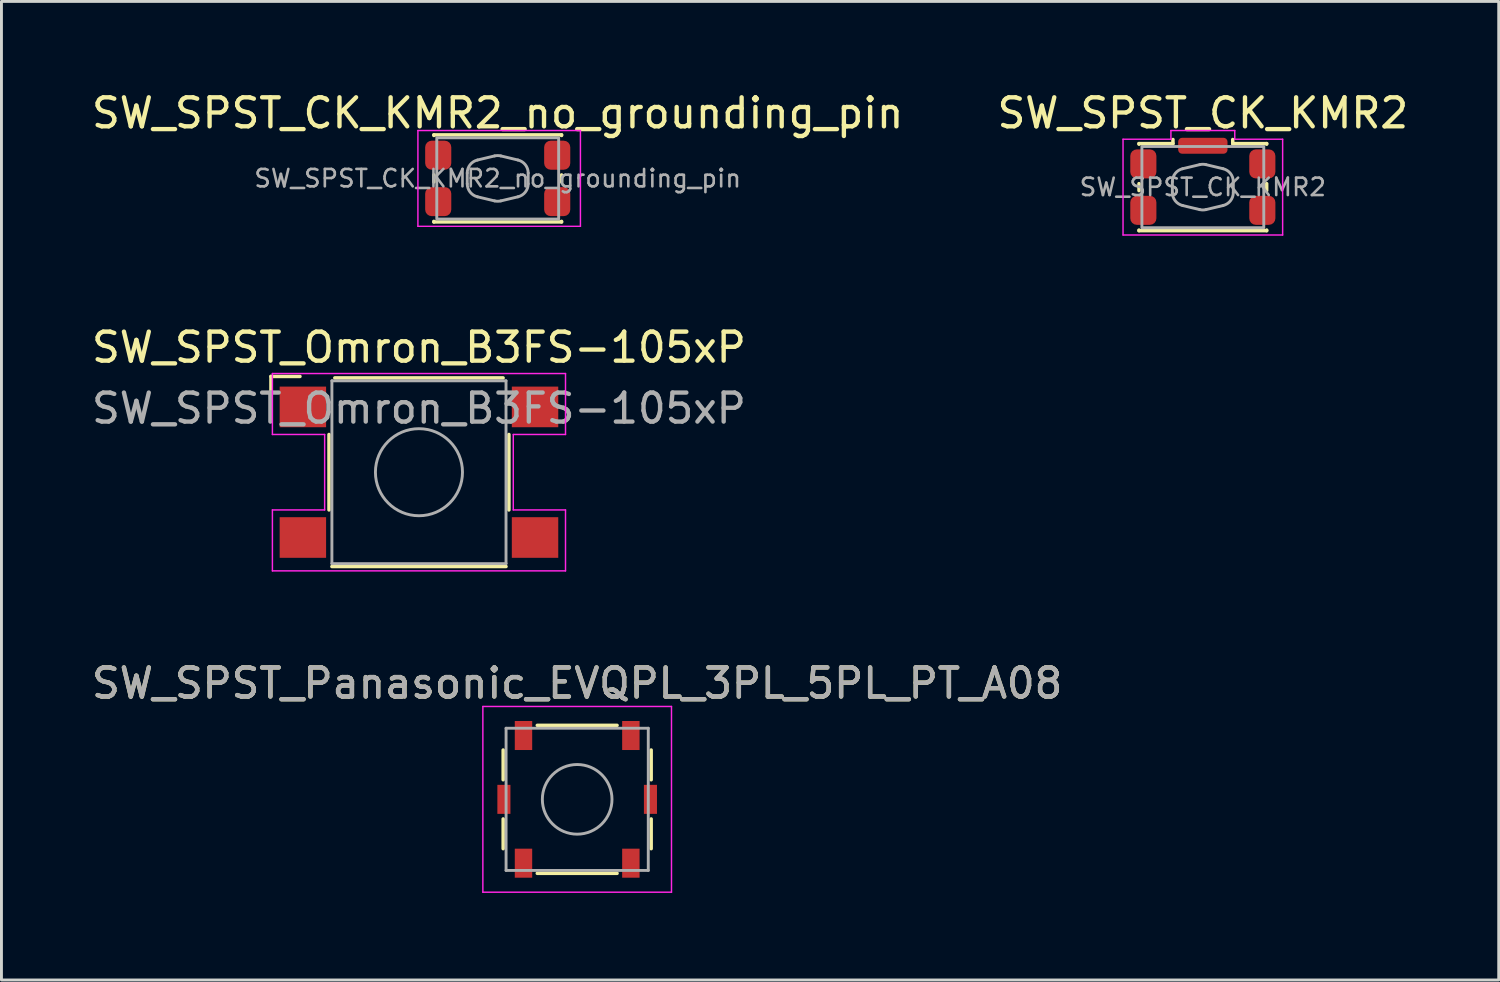
<source format=kicad_pcb>
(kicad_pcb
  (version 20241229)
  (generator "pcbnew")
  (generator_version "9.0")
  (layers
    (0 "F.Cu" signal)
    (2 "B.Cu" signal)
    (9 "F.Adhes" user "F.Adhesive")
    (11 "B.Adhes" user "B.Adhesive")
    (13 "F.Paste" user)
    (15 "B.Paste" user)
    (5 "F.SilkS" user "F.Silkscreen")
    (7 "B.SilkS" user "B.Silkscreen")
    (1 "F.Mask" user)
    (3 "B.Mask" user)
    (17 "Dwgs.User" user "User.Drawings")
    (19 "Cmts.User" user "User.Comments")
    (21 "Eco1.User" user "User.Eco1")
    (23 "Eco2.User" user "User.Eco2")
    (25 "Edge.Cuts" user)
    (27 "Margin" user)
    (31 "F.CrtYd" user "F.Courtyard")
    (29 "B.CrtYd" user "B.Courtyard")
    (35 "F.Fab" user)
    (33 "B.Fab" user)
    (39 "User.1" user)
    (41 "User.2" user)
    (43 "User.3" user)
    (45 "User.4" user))
  (footprint "SW_SPST_CK_KMR2_no_grounding_pin"
    (layer "F.Cu")
    (at 14.101 3.098)
    (property "Reference" "SW_SPST_CK_KMR2_no_grounding_pin" (at 0 -2.25 0) (unlocked yes) (layer "F.SilkS") (effects (font (size 1 1) (thickness 0.15))))
    (attr smd)
    (fp_line (start -2.2 -1.5) (end -2.2 -1.48) (stroke (width 0.12) (type solid)) (layer "F.SilkS"))
    (fp_line (start -2.2 -0.12) (end -2.2 0.12) (stroke (width 0.12) (type solid)) (layer "F.SilkS"))
    (fp_line (start -2.2 1.5) (end -2.2 1.48) (stroke (width 0.12) (type solid)) (layer "F.SilkS"))
    (fp_line (start -2.2 1.5) (end 2.2 1.5) (stroke (width 0.12) (type solid)) (layer "F.SilkS"))
    (fp_line (start 2.2 -1.5) (end -2.2 -1.5) (stroke (width 0.12) (type solid)) (layer "F.SilkS"))
    (fp_line (start 2.2 -1.5) (end 2.2 -1.48) (stroke (width 0.12) (type solid)) (layer "F.SilkS"))
    (fp_line (start 2.2 0.12) (end 2.2 -0.12) (stroke (width 0.12) (type solid)) (layer "F.SilkS"))
    (fp_line (start 2.2 1.48) (end 2.2 1.5) (stroke (width 0.12) (type solid)) (layer "F.SilkS"))
    (fp_line (start -2.75 -1.65) (end 2.85 -1.65) (stroke (width 0.05) (type solid)) (layer "F.CrtYd"))
    (fp_line (start -2.75 1.65) (end -2.75 -1.65) (stroke (width 0.05) (type solid)) (layer "F.CrtYd"))
    (fp_line (start 2.85 -1.65) (end 2.85 1.65) (stroke (width 0.05) (type solid)) (layer "F.CrtYd"))
    (fp_line (start 2.85 1.65) (end -2.75 1.65) (stroke (width 0.05) (type solid)) (layer "F.CrtYd"))
    (fp_line (start -1.05 -0.187) (end -1.05 0.187) (stroke (width 0.1) (type default)) (layer "F.Fab"))
    (fp_line (start -0.697 0.634) (end -0.107 0.775) (stroke (width 0.1) (type default)) (layer "F.Fab"))
    (fp_line (start -0.107 -0.775) (end -0.697 -0.634) (stroke (width 0.1) (type default)) (layer "F.Fab"))
    (fp_line (start 0.107 0.775) (end 0.697 0.634) (stroke (width 0.1) (type default)) (layer "F.Fab"))
    (fp_line (start 0.697 -0.634) (end 0.107 -0.775) (stroke (width 0.1) (type default)) (layer "F.Fab"))
    (fp_line (start 1.05 0.187) (end 1.05 -0.187) (stroke (width 0.1) (type default)) (layer "F.Fab"))
    (fp_rect (start -2.1 -1.4) (end 2.1 1.4) (stroke (width 0.1) (type default)) (fill no) (layer "F.Fab"))
    (fp_arc (start -1.05 -0.186665) (mid -0.950978 -0.471787) (end -0.696545 -0.634156) (stroke (width 0.1) (type default)) (layer "F.Fab"))
    (fp_arc (start -0.696545 0.634156) (mid -0.950978 0.471787) (end -1.05 0.186665) (stroke (width 0.1) (type default)) (layer "F.Fab"))
    (fp_arc (start -0.106545 -0.774632) (mid 0 -0.787141) (end 0.106545 -0.774632) (stroke (width 0.1) (type default)) (layer "F.Fab"))
    (fp_arc (start 0.106545 0.774632) (mid 0 0.787141) (end -0.106545 0.774632) (stroke (width 0.1) (type default)) (layer "F.Fab"))
    (fp_arc (start 0.696545 -0.634156) (mid 0.950978 -0.471787) (end 1.05 -0.186665) (stroke (width 0.1) (type default)) (layer "F.Fab"))
    (fp_arc (start 1.05 0.186665) (mid 0.950976 0.471785) (end 0.696545 0.634156) (stroke (width 0.1) (type default)) (layer "F.Fab"))
    (fp_text user "${REFERENCE}" (at 0 0 0) (layer "F.Fab") (effects (font (size 0.6 0.6) (thickness 0.09))))
    (pad "1" smd roundrect (at -2.05 -0.8) (size 0.9 1) (layers "F.Cu" "F.Mask" "F.Paste") (roundrect_rratio 0.25))
    (pad "1" smd roundrect (at 2.05 -0.8) (size 0.9 1) (layers "F.Cu" "F.Mask" "F.Paste") (roundrect_rratio 0.25))
    (pad "2" smd roundrect (at -2.05 0.8) (size 0.9 1) (layers "F.Cu" "F.Mask" "F.Paste") (roundrect_rratio 0.25))
    (pad "2" smd roundrect (at 2.05 0.8) (size 0.9 1) (layers "F.Cu" "F.Mask" "F.Paste") (roundrect_rratio 0.25)))
  (footprint "SW_SPST_Omron_B3FS-105xP"
    (layer "F.Cu")
    (at 11.387 13.222)
    (property "Reference" "SW_SPST_Omron_B3FS-105xP" (at 0 -4.3 0) (layer "F.SilkS") (effects (font (size 1 1) (thickness 0.15))))
    (attr smd)
    (fp_line (start -5.1 -3.3) (end -4.1 -3.3) (stroke (width 0.12) (type solid)) (layer "F.SilkS"))
    (fp_line (start -5.1 -2.3) (end -5.1 -3.3) (stroke (width 0.12) (type solid)) (layer "F.SilkS"))
    (fp_line (start -3.1 -1.3) (end -3.1 1.3) (stroke (width 0.12) (type solid)) (layer "F.SilkS"))
    (fp_line (start 2.9 -3.25) (end -2.9 -3.25) (stroke (width 0.12) (type solid)) (layer "F.SilkS"))
    (fp_line (start 3 3.25) (end -3 3.25) (stroke (width 0.12) (type solid)) (layer "F.SilkS"))
    (fp_line (start 3.1 -1.3) (end 3.1 1.3) (stroke (width 0.12) (type solid)) (layer "F.SilkS"))
    (fp_line (start -5.05 -3.4) (end 5.05 -3.4) (stroke (width 0.05) (type solid)) (layer "F.CrtYd"))
    (fp_line (start -5.05 -1.3) (end -5.05 -3.4) (stroke (width 0.05) (type solid)) (layer "F.CrtYd"))
    (fp_line (start -5.05 1.3) (end -3.25 1.3) (stroke (width 0.05) (type solid)) (layer "F.CrtYd"))
    (fp_line (start -5.05 3.4) (end -5.05 1.3) (stroke (width 0.05) (type solid)) (layer "F.CrtYd"))
    (fp_line (start -3.25 -1.3) (end -5.05 -1.3) (stroke (width 0.05) (type solid)) (layer "F.CrtYd"))
    (fp_line (start -3.25 1.3) (end -3.25 -1.3) (stroke (width 0.05) (type solid)) (layer "F.CrtYd"))
    (fp_line (start 3.25 -1.3) (end 3.25 1.3) (stroke (width 0.05) (type solid)) (layer "F.CrtYd"))
    (fp_line (start 3.25 1.3) (end 5.05 1.3) (stroke (width 0.05) (type solid)) (layer "F.CrtYd"))
    (fp_line (start 5.05 -3.4) (end 5.05 -1.3) (stroke (width 0.05) (type solid)) (layer "F.CrtYd"))
    (fp_line (start 5.05 -1.3) (end 3.25 -1.3) (stroke (width 0.05) (type solid)) (layer "F.CrtYd"))
    (fp_line (start 5.05 1.3) (end 5.05 3.4) (stroke (width 0.05) (type solid)) (layer "F.CrtYd"))
    (fp_line (start 5.05 3.4) (end -5.05 3.4) (stroke (width 0.05) (type solid)) (layer "F.CrtYd"))
    (fp_line (start -3 -3.15) (end 3 -3.15) (stroke (width 0.1) (type solid)) (layer "F.Fab"))
    (fp_line (start -3 3.15) (end -3 -3.15) (stroke (width 0.1) (type solid)) (layer "F.Fab"))
    (fp_line (start 3 -3.15) (end 3 3.15) (stroke (width 0.1) (type solid)) (layer "F.Fab"))
    (fp_line (start 3 3.15) (end -3 3.15) (stroke (width 0.1) (type solid)) (layer "F.Fab"))
    (fp_circle (center 0 0) (end 1.5 0) (stroke (width 0.1) (type solid)) (fill no) (layer "F.Fab"))
    (fp_text user "${REFERENCE}" (at 0 -2.2 0) (layer "F.Fab") (effects (font (size 1 1) (thickness 0.15))))
    (pad "1" smd rect (at -4 -2.25 180) (size 1.6 1.4) (layers "F.Cu" "F.Mask" "F.Paste"))
    (pad "1" smd rect (at 4 -2.25 180) (size 1.6 1.4) (layers "F.Cu" "F.Mask" "F.Paste"))
    (pad "2" smd rect (at -4 2.25 180) (size 1.6 1.4) (layers "F.Cu" "F.Mask" "F.Paste"))
    (pad "2" smd rect (at 4 2.25 180) (size 1.6 1.4) (layers "F.Cu" "F.Mask" "F.Paste")))
  (footprint "SW_SPST_CK_KMR2"
    (layer "F.Cu")
    (at 38.399 3.398)
    (property "Reference" "SW_SPST_CK_KMR2" (at 0 -2.55 0) (unlocked yes) (layer "F.SilkS") (effects (font (size 1 1) (thickness 0.15))))
    (attr smd)
    (fp_line (start -2.2 -1.5) (end -2.2 -1.48) (stroke (width 0.12) (type solid)) (layer "F.SilkS"))
    (fp_line (start -2.2 -0.12) (end -2.2 0.12) (stroke (width 0.12) (type solid)) (layer "F.SilkS"))
    (fp_line (start -2.2 1.5) (end -2.2 1.48) (stroke (width 0.12) (type solid)) (layer "F.SilkS"))
    (fp_line (start -2.2 1.5) (end 2.2 1.5) (stroke (width 0.12) (type solid)) (layer "F.SilkS"))
    (fp_line (start -1.03 -1.5) (end -2.2 -1.5) (stroke (width 0.12) (type solid)) (layer "F.SilkS"))
    (fp_line (start -1.03 -1.5) (end -1.03 -1.64) (stroke (width 0.12) (type solid)) (layer "F.SilkS"))
    (fp_line (start 1.03 -1.5) (end 1.03 -1.64) (stroke (width 0.12) (type solid)) (layer "F.SilkS"))
    (fp_line (start 2.2 -1.5) (end 1.03 -1.5) (stroke (width 0.12) (type solid)) (layer "F.SilkS"))
    (fp_line (start 2.2 -1.5) (end 2.2 -1.48) (stroke (width 0.12) (type solid)) (layer "F.SilkS"))
    (fp_line (start 2.2 0.12) (end 2.2 -0.12) (stroke (width 0.12) (type solid)) (layer "F.SilkS"))
    (fp_line (start 2.2 1.48) (end 2.2 1.5) (stroke (width 0.12) (type solid)) (layer "F.SilkS"))
    (fp_line (start -2.75 1.65) (end -2.75 -1.65) (stroke (width 0.05) (type solid)) (layer "F.CrtYd"))
    (fp_line (start -1.1 -1.95) (end -1.1 -1.65) (stroke (width 0.05) (type default)) (layer "F.CrtYd"))
    (fp_line (start -1.1 -1.95) (end 1.1 -1.95) (stroke (width 0.05) (type solid)) (layer "F.CrtYd"))
    (fp_line (start -1.1 -1.65) (end -2.75 -1.65) (stroke (width 0.05) (type default)) (layer "F.CrtYd"))
    (fp_line (start 1.1 -1.65) (end 1.1 -1.95) (stroke (width 0.05) (type default)) (layer "F.CrtYd"))
    (fp_line (start 2.75 -1.65) (end 1.1 -1.65) (stroke (width 0.05) (type default)) (layer "F.CrtYd"))
    (fp_line (start 2.75 -1.65) (end 2.75 1.65) (stroke (width 0.05) (type solid)) (layer "F.CrtYd"))
    (fp_line (start 2.75 1.65) (end -2.75 1.65) (stroke (width 0.05) (type solid)) (layer "F.CrtYd"))
    (fp_line (start -1.05 -0.187) (end -1.05 0.187) (stroke (width 0.1) (type default)) (layer "F.Fab"))
    (fp_line (start -0.697 0.634) (end -0.107 0.775) (stroke (width 0.1) (type default)) (layer "F.Fab"))
    (fp_line (start -0.107 -0.775) (end -0.697 -0.634) (stroke (width 0.1) (type default)) (layer "F.Fab"))
    (fp_line (start 0.107 0.775) (end 0.697 0.634) (stroke (width 0.1) (type default)) (layer "F.Fab"))
    (fp_line (start 0.697 -0.634) (end 0.107 -0.775) (stroke (width 0.1) (type default)) (layer "F.Fab"))
    (fp_line (start 1.05 0.187) (end 1.05 -0.187) (stroke (width 0.1) (type default)) (layer "F.Fab"))
    (fp_rect (start -2.1 -1.4) (end 2.1 1.4) (stroke (width 0.1) (type default)) (fill no) (layer "F.Fab"))
    (fp_arc (start -1.05 -0.186665) (mid -0.950978 -0.471787) (end -0.696545 -0.634156) (stroke (width 0.1) (type default)) (layer "F.Fab"))
    (fp_arc (start -0.696545 0.634156) (mid -0.950978 0.471787) (end -1.05 0.186665) (stroke (width 0.1) (type default)) (layer "F.Fab"))
    (fp_arc (start -0.106545 -0.774632) (mid 0 -0.787141) (end 0.106545 -0.774632) (stroke (width 0.1) (type default)) (layer "F.Fab"))
    (fp_arc (start 0.106545 0.774632) (mid 0 0.787141) (end -0.106545 0.774632) (stroke (width 0.1) (type default)) (layer "F.Fab"))
    (fp_arc (start 0.696545 -0.634156) (mid 0.950978 -0.471787) (end 1.05 -0.186665) (stroke (width 0.1) (type default)) (layer "F.Fab"))
    (fp_arc (start 1.05 0.186665) (mid 0.950976 0.471785) (end 0.696545 0.634156) (stroke (width 0.1) (type default)) (layer "F.Fab"))
    (fp_text user "${REFERENCE}" (at 0 0 0) (layer "F.Fab") (effects (font (size 0.6 0.6) (thickness 0.09))))
    (pad "1" smd roundrect (at -2.05 -0.8) (size 0.9 1) (layers "F.Cu" "F.Mask" "F.Paste") (roundrect_rratio 0.25))
    (pad "1" smd roundrect (at 2.05 -0.8) (size 0.9 1) (layers "F.Cu" "F.Mask" "F.Paste") (roundrect_rratio 0.25))
    (pad "2" smd roundrect (at -2.05 0.8) (size 0.9 1) (layers "F.Cu" "F.Mask" "F.Paste") (roundrect_rratio 0.25))
    (pad "2" smd roundrect (at 2.05 0.8) (size 0.9 1) (layers "F.Cu" "F.Mask" "F.Paste") (roundrect_rratio 0.25))
    (pad "3" smd roundrect (at 0 -1.425) (size 1.7 0.55) (layers "F.Cu" "F.Mask" "F.Paste") (roundrect_rratio 0.25)))
  (footprint "SW_SPST_Panasonic_EVQPL_3PL_5PL_PT_A08"
    (layer "F.Cu")
    (at 16.839 24.495)
    (property "Reference" "SW_SPST_Panasonic_EVQPL_3PL_5PL_PT_A08" (at 0 -4 0) (layer "F.SilkS") (effects (font (size 1 1) (thickness 0.15))))
    (attr smd)
    (fp_line (start -2.55 -1.7) (end -2.55 -0.675) (stroke (width 0.12) (type solid)) (layer "F.SilkS"))
    (fp_line (start -2.55 0.675) (end -2.55 1.7) (stroke (width 0.12) (type solid)) (layer "F.SilkS"))
    (fp_line (start -1.375 -2.55) (end 1.375 -2.55) (stroke (width 0.12) (type solid)) (layer "F.SilkS"))
    (fp_line (start -1.375 2.55) (end 1.375 2.55) (stroke (width 0.12) (type solid)) (layer "F.SilkS"))
    (fp_line (start 2.55 -1.7) (end 2.55 -0.675) (stroke (width 0.12) (type solid)) (layer "F.SilkS"))
    (fp_line (start 2.55 0.675) (end 2.55 1.7) (stroke (width 0.12) (type solid)) (layer "F.SilkS"))
    (fp_line (start -3.25 -3.2) (end 3.25 -3.2) (stroke (width 0.05) (type solid)) (layer "F.CrtYd"))
    (fp_line (start -3.25 3.2) (end -3.25 -3.2) (stroke (width 0.05) (type solid)) (layer "F.CrtYd"))
    (fp_line (start -3.25 3.2) (end 3.25 3.2) (stroke (width 0.05) (type solid)) (layer "F.CrtYd"))
    (fp_line (start 3.25 3.2) (end 3.25 -3.2) (stroke (width 0.05) (type solid)) (layer "F.CrtYd"))
    (fp_line (start -2.45 -2.45) (end -2.45 2.45) (stroke (width 0.1) (type solid)) (layer "F.Fab"))
    (fp_line (start -2.45 -2.45) (end 2.45 -2.45) (stroke (width 0.1) (type solid)) (layer "F.Fab"))
    (fp_line (start 2.45 -2.45) (end 2.45 2.45) (stroke (width 0.1) (type solid)) (layer "F.Fab"))
    (fp_line (start 2.45 2.45) (end -2.45 2.45) (stroke (width 0.1) (type solid)) (layer "F.Fab"))
    (fp_circle (center 0 0) (end 1.2 0) (stroke (width 0.1) (type solid)) (fill no) (layer "F.Fab"))
    (fp_text user "${REFERENCE}" (at 0 -4 0) (layer "F.Fab") (effects (font (size 1 1) (thickness 0.15))))
    (pad "0" smd rect (at -2.525 0) (size 0.45 1) (layers "F.Cu" "F.Mask" "F.Paste"))
    (pad "0" smd rect (at 2.525 0) (size 0.45 1) (layers "F.Cu" "F.Mask" "F.Paste"))
    (pad "1" smd rect (at -1.85 -2.2) (size 0.6 1) (layers "F.Cu" "F.Mask" "F.Paste"))
    (pad "1" smd rect (at -1.85 2.2) (size 0.6 1) (layers "F.Cu" "F.Mask" "F.Paste"))
    (pad "2" smd rect (at 1.85 -2.2) (size 0.6 1) (layers "F.Cu" "F.Mask" "F.Paste"))
    (pad "2" smd rect (at 1.85 2.2) (size 0.6 1) (layers "F.Cu" "F.Mask" "F.Paste")))
  (gr_rect
    (start -3 -3)
    (end 48.595 30.72)
    (stroke (width 0.1) (type default))
    (fill no)
    (layer "Edge.Cuts")))
</source>
